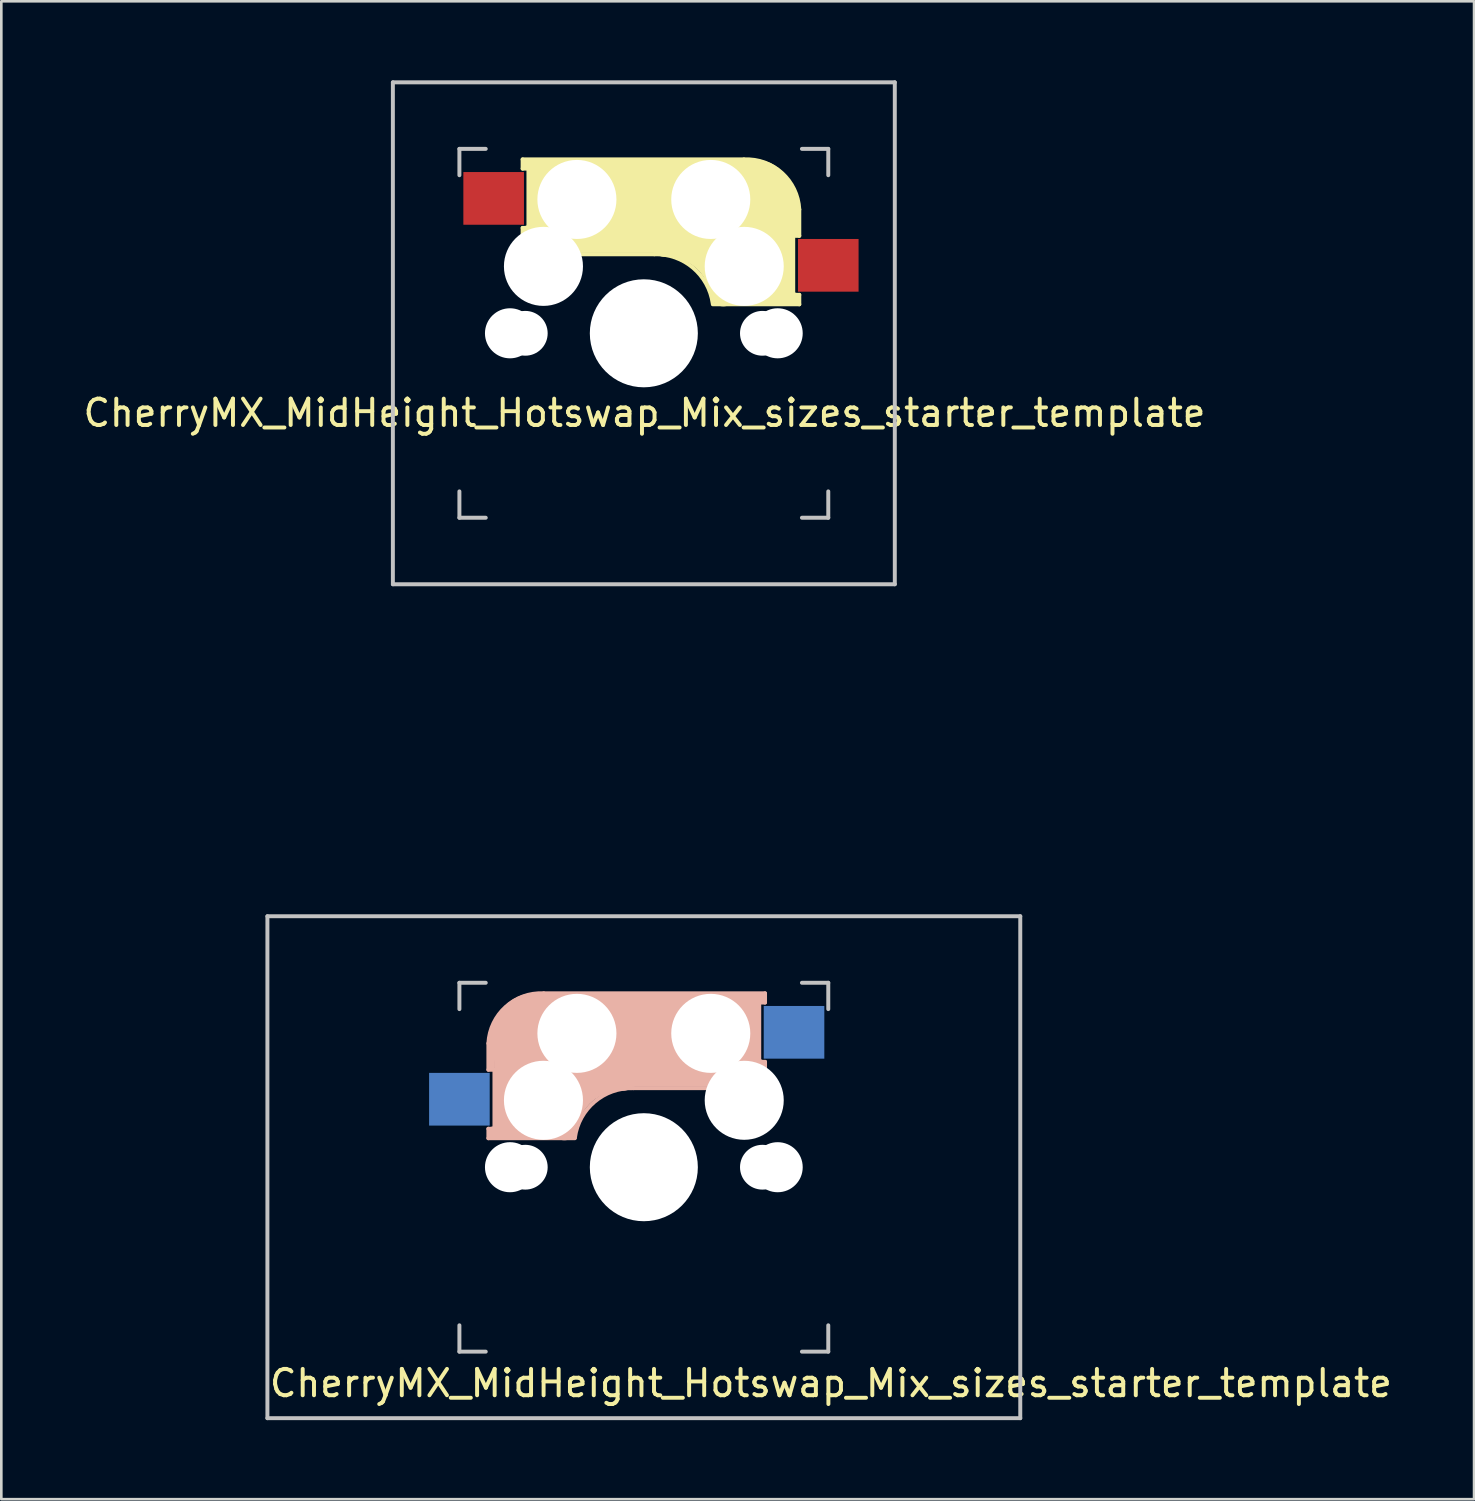
<source format=kicad_pcb>
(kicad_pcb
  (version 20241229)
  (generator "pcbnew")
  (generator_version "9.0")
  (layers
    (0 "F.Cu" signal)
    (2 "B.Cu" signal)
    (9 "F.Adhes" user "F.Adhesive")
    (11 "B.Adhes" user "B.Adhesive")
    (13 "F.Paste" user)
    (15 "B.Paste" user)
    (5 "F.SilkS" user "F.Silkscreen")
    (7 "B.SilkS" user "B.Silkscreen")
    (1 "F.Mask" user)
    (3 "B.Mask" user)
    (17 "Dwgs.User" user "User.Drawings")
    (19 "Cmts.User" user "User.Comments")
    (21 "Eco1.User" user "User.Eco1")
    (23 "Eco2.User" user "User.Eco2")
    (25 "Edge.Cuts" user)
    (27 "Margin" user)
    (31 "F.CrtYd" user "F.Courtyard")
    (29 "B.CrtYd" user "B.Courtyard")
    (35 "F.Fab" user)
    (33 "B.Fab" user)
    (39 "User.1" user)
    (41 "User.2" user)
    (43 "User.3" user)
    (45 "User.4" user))
  (footprint "CherryMX_MidHeight_Hotswap_Mix_sizes_starter_template"
    (layer "F.Cu")
    (at 21.386 41.25)
    (property "Reference" "CherryMX_MidHeight_Hotswap_Mix_sizes_starter_template" (at 7.1 8.2 0) (layer "F.SilkS") (effects (font (size 1 1) (thickness 0.15))))
    (attr through_hole)
    (fp_line (start -4.6 -38.25) (end 3.8 -38.25) (stroke (width 0.15) (type solid)) (layer "F.SilkS"))
    (fp_line (start -4.6 -37.9) (end -4.6 -38.25) (stroke (width 0.15) (type solid)) (layer "F.SilkS"))
    (fp_line (start -4.6 -35.65) (end -4.4 -35.65) (stroke (width 0.15) (type solid)) (layer "F.SilkS"))
    (fp_line (start -4.6 -34.65) (end -4.6 -35.65) (stroke (width 0.15) (type solid)) (layer "F.SilkS"))
    (fp_line (start -4.4 -38.05) (end -3 -38.05) (stroke (width 0.4) (type solid)) (layer "F.SilkS"))
    (fp_line (start -4.4 -37.9) (end -4.6 -37.9) (stroke (width 0.15) (type solid)) (layer "F.SilkS"))
    (fp_line (start -4.4 -35.55) (end -4.4 -34.85) (stroke (width 0.4) (type solid)) (layer "F.SilkS"))
    (fp_line (start -4.38 -35.65) (end -4.38 -37.9) (stroke (width 0.15) (type solid)) (layer "F.SilkS"))
    (fp_line (start -4.3 -34.95) (end -2.9 -34.95) (stroke (width 0.5) (type solid)) (layer "F.SilkS"))
    (fp_line (start -3.9 -37.65) (end -3.9 -35.15) (stroke (width 1) (type solid)) (layer "F.SilkS"))
    (fp_line (start -2.6 -36.45) (end 4.1 -36.45) (stroke (width 3.5) (type solid)) (layer "F.SilkS"))
    (fp_line (start 0.4 -34.65) (end -4.6 -34.65) (stroke (width 0.15) (type solid)) (layer "F.SilkS"))
    (fp_line (start 4.17 -36.75) (end 4.17 -34.51) (stroke (width 3) (type solid)) (layer "F.SilkS"))
    (fp_line (start 5.3 -33.25) (end 5.3 -35.05) (stroke (width 0.8) (type solid)) (layer "F.SilkS"))
    (fp_line (start 5.67 -35.35) (end 5.67 -33.11) (stroke (width 0.15) (type solid)) (layer "F.SilkS"))
    (fp_line (start 5.7 -33.11) (end 5.9 -33.11) (stroke (width 0.15) (type solid)) (layer "F.SilkS"))
    (fp_line (start 5.7 -32.95) (end 3 -32.95) (stroke (width 0.5) (type solid)) (layer "F.SilkS"))
    (fp_line (start 5.8 -35.45) (end 5.8 -36.35) (stroke (width 0.3) (type solid)) (layer "F.SilkS"))
    (fp_line (start 5.9 -36.35) (end 5.9 -35.35) (stroke (width 0.15) (type solid)) (layer "F.SilkS"))
    (fp_line (start 5.9 -35.35) (end 5.7 -35.35) (stroke (width 0.15) (type solid)) (layer "F.SilkS"))
    (fp_line (start 5.9 -32.75) (end 2.62 -32.75) (stroke (width 0.15) (type solid)) (layer "F.SilkS"))
    (fp_line (start 5.9 -32.75) (end 5.9 -33.11) (stroke (width 0.15) (type solid)) (layer "F.SilkS"))
    (fp_arc (start 0.4 -34.65) (mid 1.868709 -34.136118) (end 2.616318 -32.771471) (stroke (width 0.15) (type solid)) (layer "F.SilkS"))
    (fp_arc (start 0.8 -35.05) (mid 2.268709 -34.536118) (end 3.016318 -33.171471) (stroke (width 1) (type solid)) (layer "F.SilkS"))
    (fp_arc (start 3.8 -38.250001) (mid 5.243504 -37.734925) (end 5.900001 -36.35) (stroke (width 0.15) (type solid)) (layer "F.SilkS"))
    (fp_line (start -5.9 -4.7) (end -5.9 -3.7) (stroke (width 0.15) (type solid)) (layer "B.SilkS"))
    (fp_line (start -5.9 -3.7) (end -5.7 -3.7) (stroke (width 0.15) (type solid)) (layer "B.SilkS"))
    (fp_line (start -5.9 -1.1) (end -5.9 -1.46) (stroke (width 0.15) (type solid)) (layer "B.SilkS"))
    (fp_line (start -5.9 -1.1) (end -2.62 -1.1) (stroke (width 0.15) (type solid)) (layer "B.SilkS"))
    (fp_line (start -5.8 -3.8) (end -5.8 -4.7) (stroke (width 0.3) (type solid)) (layer "B.SilkS"))
    (fp_line (start -5.7 -1.46) (end -5.9 -1.46) (stroke (width 0.15) (type solid)) (layer "B.SilkS"))
    (fp_line (start -5.7 -1.3) (end -3 -1.3) (stroke (width 0.5) (type solid)) (layer "B.SilkS"))
    (fp_line (start -5.67 -3.7) (end -5.67 -1.46) (stroke (width 0.15) (type solid)) (layer "B.SilkS"))
    (fp_line (start -5.3 -1.6) (end -5.3 -3.4) (stroke (width 0.8) (type solid)) (layer "B.SilkS"))
    (fp_line (start -4.17 -5.1) (end -4.17 -2.86) (stroke (width 3) (type solid)) (layer "B.SilkS"))
    (fp_line (start -0.4 -3) (end 4.6 -3) (stroke (width 0.15) (type solid)) (layer "B.SilkS"))
    (fp_line (start 2.6 -4.8) (end -4.1 -4.8) (stroke (width 3.5) (type solid)) (layer "B.SilkS"))
    (fp_line (start 3.9 -6) (end 3.9 -3.5) (stroke (width 1) (type solid)) (layer "B.SilkS"))
    (fp_line (start 4.3 -3.3) (end 2.9 -3.3) (stroke (width 0.5) (type solid)) (layer "B.SilkS"))
    (fp_line (start 4.38 -4) (end 4.38 -6.25) (stroke (width 0.15) (type solid)) (layer "B.SilkS"))
    (fp_line (start 4.4 -6.4) (end 3 -6.4) (stroke (width 0.4) (type solid)) (layer "B.SilkS"))
    (fp_line (start 4.4 -6.25) (end 4.6 -6.25) (stroke (width 0.15) (type solid)) (layer "B.SilkS"))
    (fp_line (start 4.4 -3.9) (end 4.4 -3.2) (stroke (width 0.4) (type solid)) (layer "B.SilkS"))
    (fp_line (start 4.6 -6.6) (end -3.8 -6.6) (stroke (width 0.15) (type solid)) (layer "B.SilkS"))
    (fp_line (start 4.6 -6.25) (end 4.6 -6.6) (stroke (width 0.15) (type solid)) (layer "B.SilkS"))
    (fp_line (start 4.6 -4) (end 4.4 -4) (stroke (width 0.15) (type solid)) (layer "B.SilkS"))
    (fp_line (start 4.6 -3) (end 4.6 -4) (stroke (width 0.15) (type solid)) (layer "B.SilkS"))
    (fp_arc (start -5.9 -4.699999) (mid -5.243504 -6.084924) (end -3.800001 -6.6) (stroke (width 0.15) (type solid)) (layer "B.SilkS"))
    (fp_arc (start -3.016318 -1.521471) (mid -2.268709 -2.886118) (end -0.8 -3.4) (stroke (width 1) (type solid)) (layer "B.SilkS"))
    (fp_arc (start -2.616318 -1.121471) (mid -1.868709 -2.486118) (end -0.4 -3) (stroke (width 0.15) (type solid)) (layer "B.SilkS"))
    (fp_line (start -14.287 -9.525) (end 14.287 -9.525) (stroke (width 0.15) (type solid)) (layer "Dwgs.User"))
    (fp_line (start -14.287 9.525) (end -14.287 -9.525) (stroke (width 0.15) (type solid)) (layer "Dwgs.User"))
    (fp_line (start -9.525 -41.175) (end 9.525 -41.175) (stroke (width 0.15) (type solid)) (layer "Dwgs.User"))
    (fp_line (start -9.525 -22.125) (end -9.525 -41.175) (stroke (width 0.15) (type solid)) (layer "Dwgs.User"))
    (fp_line (start -7 -38.65) (end -6 -38.65) (stroke (width 0.15) (type solid)) (layer "Dwgs.User"))
    (fp_line (start -7 -37.65) (end -7 -38.65) (stroke (width 0.15) (type solid)) (layer "Dwgs.User"))
    (fp_line (start -7 -25.65) (end -7 -24.65) (stroke (width 0.15) (type solid)) (layer "Dwgs.User"))
    (fp_line (start -7 -24.65) (end -6 -24.65) (stroke (width 0.15) (type solid)) (layer "Dwgs.User"))
    (fp_line (start -7 -7) (end -6 -7) (stroke (width 0.15) (type solid)) (layer "Dwgs.User"))
    (fp_line (start -7 -6) (end -7 -7) (stroke (width 0.15) (type solid)) (layer "Dwgs.User"))
    (fp_line (start -7 6) (end -7 7) (stroke (width 0.15) (type solid)) (layer "Dwgs.User"))
    (fp_line (start -7 7) (end -6 7) (stroke (width 0.15) (type solid)) (layer "Dwgs.User"))
    (fp_line (start 6 -24.65) (end 7 -24.65) (stroke (width 0.15) (type solid)) (layer "Dwgs.User"))
    (fp_line (start 6 7) (end 7 7) (stroke (width 0.15) (type solid)) (layer "Dwgs.User"))
    (fp_line (start 7 -38.65) (end 6 -38.65) (stroke (width 0.15) (type solid)) (layer "Dwgs.User"))
    (fp_line (start 7 -38.65) (end 7 -37.65) (stroke (width 0.15) (type solid)) (layer "Dwgs.User"))
    (fp_line (start 7 -24.65) (end 7 -25.65) (stroke (width 0.15) (type solid)) (layer "Dwgs.User"))
    (fp_line (start 7 -7) (end 6 -7) (stroke (width 0.15) (type solid)) (layer "Dwgs.User"))
    (fp_line (start 7 -7) (end 7 -6) (stroke (width 0.15) (type solid)) (layer "Dwgs.User"))
    (fp_line (start 7 7) (end 7 6) (stroke (width 0.15) (type solid)) (layer "Dwgs.User"))
    (fp_line (start 9.525 -41.175) (end 9.525 -22.125) (stroke (width 0.15) (type solid)) (layer "Dwgs.User"))
    (fp_line (start 9.525 -22.125) (end -9.525 -22.125) (stroke (width 0.15) (type solid)) (layer "Dwgs.User"))
    (fp_line (start 14.287 -9.525) (end 14.287 9.525) (stroke (width 0.15) (type solid)) (layer "Dwgs.User"))
    (fp_line (start 14.287 9.525) (end -14.287 9.525) (stroke (width 0.15) (type solid)) (layer "Dwgs.User"))
    (fp_text user "${REFERENCE}" (at 0.025 -28.625 0) (layer "F.SilkS") (effects (font (size 1 1) (thickness 0.15))))
    (pad "" np_thru_hole circle (at -5.08 -31.65) (size 1.9 1.9) (drill 1.9) (layers "*.Cu" "*.Mask"))
    (pad "" np_thru_hole circle (at -5.08 0) (size 1.9 1.9) (drill 1.9) (layers "*.Cu" "*.Mask"))
    (pad "" np_thru_hole circle (at -4.5 -31.65) (size 1.7 1.7) (drill 1.7) (layers "*.Cu" "*.Mask"))
    (pad "" np_thru_hole circle (at -4.5 0) (size 1.7 1.7) (drill 1.7) (layers "*.Cu" "*.Mask"))
    (pad "" np_thru_hole circle (at -3.81 -34.19 180) (size 3 3) (drill 3) (layers "*.Cu" "*.Mask"))
    (pad "" np_thru_hole circle (at -3.81 -2.54 180) (size 3 3) (drill 3) (layers "*.Cu" "*.Mask"))
    (pad "" np_thru_hole circle (at -2.54 -36.73 180) (size 3 3) (drill 3) (layers "*.Cu" "*.Mask"))
    (pad "" np_thru_hole circle (at -2.54 -5.08 180) (size 3 3) (drill 3) (layers "*.Cu" "*.Mask"))
    (pad "" np_thru_hole circle (at 0 -31.65 90) (size 4.1 4.1) (drill 4.1) (layers "*.Cu" "*.Mask"))
    (pad "" np_thru_hole circle (at 0 0 90) (size 4.1 4.1) (drill 4.1) (layers "*.Cu" "*.Mask"))
    (pad "" np_thru_hole circle (at 2.54 -36.73 180) (size 3 3) (drill 3) (layers "*.Cu" "*.Mask"))
    (pad "" np_thru_hole circle (at 2.54 -5.08 180) (size 3 3) (drill 3) (layers "*.Cu" "*.Mask"))
    (pad "" np_thru_hole circle (at 3.81 -34.19 180) (size 3 3) (drill 3) (layers "*.Cu" "*.Mask"))
    (pad "" np_thru_hole circle (at 3.81 -2.54 180) (size 3 3) (drill 3) (layers "*.Cu" "*.Mask"))
    (pad "" np_thru_hole circle (at 4.5 -31.65) (size 1.7 1.7) (drill 1.7) (layers "*.Cu" "*.Mask"))
    (pad "" np_thru_hole circle (at 4.5 0) (size 1.7 1.7) (drill 1.7) (layers "*.Cu" "*.Mask"))
    (pad "" np_thru_hole circle (at 5.08 -31.65) (size 1.9 1.9) (drill 1.9) (layers "*.Cu" "*.Mask"))
    (pad "" np_thru_hole circle (at 5.08 0) (size 1.9 1.9) (drill 1.9) (layers "*.Cu" "*.Mask"))
    (pad "1" smd rect (at -7 -2.58 180) (size 2.3 2) (layers "B.Cu" "B.Mask" "B.Paste"))
    (pad "1" smd rect (at 7 -34.23 180) (size 2.3 2) (layers "F.Cu" "F.Mask" "F.Paste"))
    (pad "2" smd rect (at -5.7 -36.77 180) (size 2.3 2) (layers "F.Cu" "F.Mask" "F.Paste"))
    (pad "2" smd rect (at 5.7 -5.12 180) (size 2.3 2) (layers "B.Cu" "B.Mask" "B.Paste")))
  (gr_rect
    (start -3 -3)
    (end 52.896 53.85)
    (stroke (width 0.1) (type default))
    (fill no)
    (layer "Edge.Cuts")))
</source>
